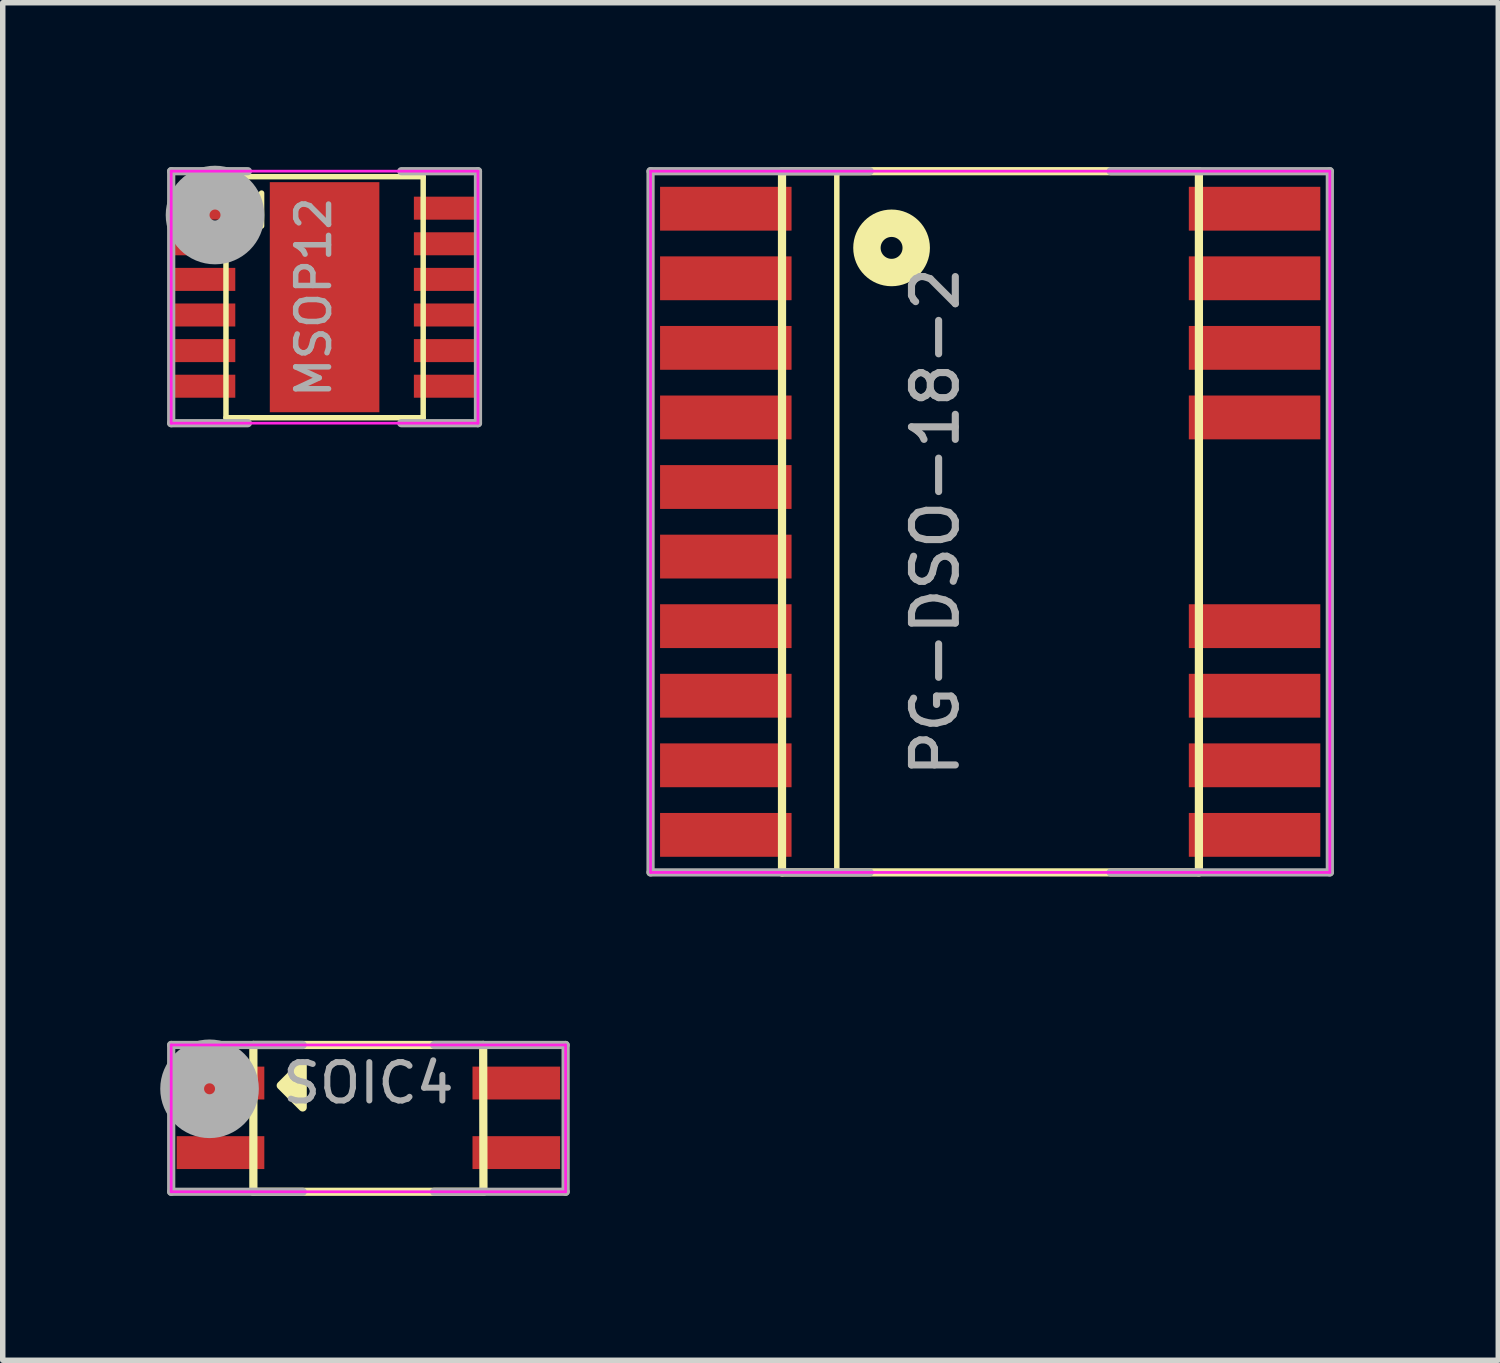
<source format=kicad_pcb>
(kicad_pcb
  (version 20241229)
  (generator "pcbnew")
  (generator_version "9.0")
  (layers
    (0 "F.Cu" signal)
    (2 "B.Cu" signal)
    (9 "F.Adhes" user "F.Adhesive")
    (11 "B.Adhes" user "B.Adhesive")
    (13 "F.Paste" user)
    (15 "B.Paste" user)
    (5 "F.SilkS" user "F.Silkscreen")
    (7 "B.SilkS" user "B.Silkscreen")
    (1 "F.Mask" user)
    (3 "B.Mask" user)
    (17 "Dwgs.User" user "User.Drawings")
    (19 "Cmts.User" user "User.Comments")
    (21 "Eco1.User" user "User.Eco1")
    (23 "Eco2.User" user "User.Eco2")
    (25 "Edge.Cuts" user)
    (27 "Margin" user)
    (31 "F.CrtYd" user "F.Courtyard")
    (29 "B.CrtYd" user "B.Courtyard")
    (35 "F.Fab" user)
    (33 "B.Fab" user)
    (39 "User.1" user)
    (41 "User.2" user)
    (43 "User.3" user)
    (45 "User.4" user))
  (footprint "MSOP12"
    (layer "F.Cu")
    (at 2.875 2.375)
    (property "Reference" "MSOP12" (at -0.2 0 90) (layer "F.Fab") (effects (font (size 0.6 0.6) (thickness 0.1))))
    (attr smd)
    (fp_line (start -1.8 -2.2) (end -1.8 2.2) (stroke (width 0.1) (type solid)) (layer "F.SilkS"))
    (fp_line (start -1.8 -2.2) (end 1.8 -2.2) (stroke (width 0.1) (type solid)) (layer "F.SilkS"))
    (fp_line (start -1.8 2.2) (end 1.8 2.2) (stroke (width 0.1) (type solid)) (layer "F.SilkS"))
    (fp_line (start 1.8 -2.2) (end 1.8 2.2) (stroke (width 0.1) (type solid)) (layer "F.SilkS"))
    (fp_poly (pts (xy -1.15 -1.3) (xy -1.451 -1.6) (xy -1.15 -1.9)) (stroke (width 0.1) (type solid)) (fill yes) (layer "F.SilkS"))
    (fp_line (start -2.8 -2.3) (end -2.8 2.3) (stroke (width 0.05) (type solid)) (layer "F.CrtYd"))
    (fp_line (start -2.8 -2.3) (end 2.8 -2.3) (stroke (width 0.05) (type solid)) (layer "F.CrtYd"))
    (fp_line (start -2.8 2.3) (end 2.8 2.3) (stroke (width 0.05) (type solid)) (layer "F.CrtYd"))
    (fp_line (start 2.8 -2.3) (end 2.8 2.3) (stroke (width 0.05) (type solid)) (layer "F.CrtYd"))
    (fp_line (start -2.8 -2.3) (end -1.4 -2.3) (stroke (width 0.15) (type solid)) (layer "F.Fab"))
    (fp_line (start -2.8 2.3) (end -2.8 -2.3) (stroke (width 0.15) (type solid)) (layer "F.Fab"))
    (fp_line (start -1.4 2.3) (end -2.8 2.3) (stroke (width 0.15) (type solid)) (layer "F.Fab"))
    (fp_line (start 1.4 -2.3) (end 2.8 -2.3) (stroke (width 0.15) (type solid)) (layer "F.Fab"))
    (fp_line (start 2.8 -2.3) (end 2.8 2.3) (stroke (width 0.15) (type solid)) (layer "F.Fab"))
    (fp_line (start 2.8 2.3) (end 1.4 2.3) (stroke (width 0.15) (type solid)) (layer "F.Fab"))
    (fp_circle (center -2 -1.5) (end -2 -1.4) (stroke (width 0.8) (type solid)) (fill no) (layer "F.Fab"))
    (pad "0" smd rect (at 0 0) (size 2 4.2) (layers "F.Cu" "F.Mask" "F.Paste"))
    (pad "1" smd rect (at -2.18 -1.626) (size 1.1 0.42) (layers "F.Cu" "F.Mask" "F.Paste"))
    (pad "2" smd rect (at -2.18 -0.975) (size 1.1 0.42) (layers "F.Cu" "F.Mask" "F.Paste"))
    (pad "3" smd rect (at -2.18 -0.325) (size 1.1 0.42) (layers "F.Cu" "F.Mask" "F.Paste"))
    (pad "4" smd rect (at -2.18 0.325) (size 1.1 0.42) (layers "F.Cu" "F.Mask" "F.Paste"))
    (pad "5" smd rect (at -2.18 0.975) (size 1.1 0.42) (layers "F.Cu" "F.Mask" "F.Paste"))
    (pad "6" smd rect (at -2.18 1.625) (size 1.1 0.42) (layers "F.Cu" "F.Mask" "F.Paste"))
    (pad "7" smd rect (at 2.18 1.625) (size 1.1 0.42) (layers "F.Cu" "F.Mask" "F.Paste"))
    (pad "8" smd rect (at 2.18 0.975) (size 1.1 0.42) (layers "F.Cu" "F.Mask" "F.Paste"))
    (pad "9" smd rect (at 2.18 0.325) (size 1.1 0.42) (layers "F.Cu" "F.Mask" "F.Paste"))
    (pad "10" smd rect (at 2.18 -0.325) (size 1.1 0.42) (layers "F.Cu" "F.Mask" "F.Paste"))
    (pad "11" smd rect (at 2.18 -0.975) (size 1.1 0.42) (layers "F.Cu" "F.Mask" "F.Paste"))
    (pad "12" smd rect (at 2.18 -1.625) (size 1.1 0.42) (layers "F.Cu" "F.Mask" "F.Paste")))
  (footprint "PG-DSO-18-2"
    (layer "F.Cu")
    (at 15.025 6.475)
    (property "Reference" "PG-DSO-18-2" (at -1 0 270) (layer "F.Fab") (effects (font (size 0.8 0.8) (thickness 0.13))))
    (attr smd)
    (fp_line (start -3.8 -6.4) (end 3.81 -6.4) (stroke (width 0.15) (type solid)) (layer "F.SilkS"))
    (fp_line (start -3.8 6.4) (end -3.8 -6.4) (stroke (width 0.15) (type solid)) (layer "F.SilkS"))
    (fp_line (start -3.8 6.4) (end 3.81 6.4) (stroke (width 0.15) (type solid)) (layer "F.SilkS"))
    (fp_line (start -2.8 6.4) (end -2.8 -6.4) (stroke (width 0.1) (type solid)) (layer "F.SilkS"))
    (fp_line (start 3.81 6.4) (end 3.81 -6.4) (stroke (width 0.15) (type solid)) (layer "F.SilkS"))
    (fp_circle (center -1.8 -5) (end -1.6 -5) (stroke (width 0.5) (type default)) (fill no) (layer "F.SilkS"))
    (fp_line (start -6.2 -6.4) (end 6.2 -6.4) (stroke (width 0.05) (type solid)) (layer "F.CrtYd"))
    (fp_line (start -6.2 6.4) (end -6.2 -6.4) (stroke (width 0.05) (type solid)) (layer "F.CrtYd"))
    (fp_line (start -6.2 6.4) (end 6.2 6.4) (stroke (width 0.05) (type solid)) (layer "F.CrtYd"))
    (fp_line (start 6.2 6.4) (end 6.2 -6.4) (stroke (width 0.05) (type solid)) (layer "F.CrtYd"))
    (fp_line (start -6.2 -6.4) (end -2.2 -6.4) (stroke (width 0.15) (type solid)) (layer "F.Fab"))
    (fp_line (start -6.2 6.4) (end -6.2 -6.4) (stroke (width 0.15) (type solid)) (layer "F.Fab"))
    (fp_line (start -6.2 6.4) (end -2.2 6.4) (stroke (width 0.15) (type solid)) (layer "F.Fab"))
    (fp_line (start 2.2 -6.4) (end 6.2 -6.4) (stroke (width 0.15) (type solid)) (layer "F.Fab"))
    (fp_line (start 2.2 6.4) (end 6.2 6.4) (stroke (width 0.15) (type solid)) (layer "F.Fab"))
    (fp_line (start 6.2 6.4) (end 6.2 -6.4) (stroke (width 0.15) (type solid)) (layer "F.Fab"))
    (pad "1" smd rect (at -4.826 -5.715) (size 2.4 0.8) (layers "F.Cu" "F.Mask" "F.Paste"))
    (pad "2" smd rect (at -4.826 -4.445) (size 2.4 0.8) (layers "F.Cu" "F.Mask" "F.Paste"))
    (pad "3" smd rect (at -4.826 -3.175) (size 2.4 0.8) (layers "F.Cu" "F.Mask" "F.Paste"))
    (pad "4" smd rect (at -4.826 -1.905) (size 2.4 0.8) (layers "F.Cu" "F.Mask" "F.Paste"))
    (pad "5" smd rect (at -4.826 -0.635) (size 2.4 0.8) (layers "F.Cu" "F.Mask" "F.Paste"))
    (pad "6" smd rect (at -4.826 0.635) (size 2.4 0.8) (layers "F.Cu" "F.Mask" "F.Paste"))
    (pad "7" smd rect (at -4.826 1.905) (size 2.4 0.8) (layers "F.Cu" "F.Mask" "F.Paste"))
    (pad "8" smd rect (at -4.826 3.175) (size 2.4 0.8) (layers "F.Cu" "F.Mask" "F.Paste"))
    (pad "9" smd rect (at -4.826 4.445) (size 2.4 0.8) (layers "F.Cu" "F.Mask" "F.Paste"))
    (pad "10" smd rect (at -4.826 5.715) (size 2.4 0.8) (layers "F.Cu" "F.Mask" "F.Paste"))
    (pad "11" smd rect (at 4.826 5.715) (size 2.4 0.8) (layers "F.Cu" "F.Mask" "F.Paste"))
    (pad "12" smd rect (at 4.826 4.445) (size 2.4 0.8) (layers "F.Cu" "F.Mask" "F.Paste"))
    (pad "13" smd rect (at 4.826 3.175) (size 2.4 0.8) (layers "F.Cu" "F.Mask" "F.Paste"))
    (pad "14" smd rect (at 4.826 1.905) (size 2.4 0.8) (layers "F.Cu" "F.Mask" "F.Paste"))
    (pad "15" smd rect (at 4.826 -1.905) (size 2.4 0.8) (layers "F.Cu" "F.Mask" "F.Paste"))
    (pad "16" smd rect (at 4.826 -3.175) (size 2.4 0.8) (layers "F.Cu" "F.Mask" "F.Paste"))
    (pad "17" smd rect (at 4.826 -4.445) (size 2.4 0.8) (layers "F.Cu" "F.Mask" "F.Paste"))
    (pad "18" smd rect (at 4.826 -5.715) (size 2.4 0.8) (layers "F.Cu" "F.Mask" "F.Paste")))
  (footprint "SOIC4"
    (layer "F.Cu")
    (at 3.675 17.355)
    (property "Reference" "SOIC4" (at 0 -0.635 180) (layer "F.Fab") (effects (font (size 0.7 0.7) (thickness 0.11))))
    (attr smd)
    (fp_line (start -2.1 -1.33) (end 2.1 -1.33) (stroke (width 0.15) (type solid)) (layer "F.SilkS"))
    (fp_line (start -2.1 1.35) (end -2.1 -1.33) (stroke (width 0.15) (type solid)) (layer "F.SilkS"))
    (fp_line (start -2.1 1.35) (end 2.1 1.35) (stroke (width 0.15) (type solid)) (layer "F.SilkS"))
    (fp_line (start 2.1 1.35) (end 2.095 -1.33) (stroke (width 0.15) (type solid)) (layer "F.SilkS"))
    (fp_poly (pts (xy -1.2 -0.19) (xy -1.6 -0.59) (xy -1.2 -0.99)) (stroke (width 0.15) (type solid)) (fill yes) (layer "F.SilkS"))
    (fp_line (start -3.6 -1.33) (end -3.6 1.35) (stroke (width 0.05) (type solid)) (layer "F.CrtYd"))
    (fp_line (start 3.6 -1.33) (end -3.6 -1.33) (stroke (width 0.05) (type solid)) (layer "F.CrtYd"))
    (fp_line (start 3.6 -1.33) (end 3.6 1.35) (stroke (width 0.05) (type solid)) (layer "F.CrtYd"))
    (fp_line (start 3.6 1.35) (end -3.6 1.35) (stroke (width 0.05) (type solid)) (layer "F.CrtYd"))
    (fp_line (start -3.6 -1.33) (end -3.6 1.35) (stroke (width 0.15) (type solid)) (layer "F.Fab"))
    (fp_line (start -1.2 -1.33) (end -3.6 -1.33) (stroke (width 0.15) (type solid)) (layer "F.Fab"))
    (fp_line (start -1.2 1.35) (end -3.6 1.35) (stroke (width 0.15) (type solid)) (layer "F.Fab"))
    (fp_line (start 3.6 -1.33) (end 1.2 -1.33) (stroke (width 0.15) (type solid)) (layer "F.Fab"))
    (fp_line (start 3.6 -1.33) (end 3.6 1.35) (stroke (width 0.15) (type solid)) (layer "F.Fab"))
    (fp_line (start 3.6 1.35) (end 1.2 1.35) (stroke (width 0.15) (type solid)) (layer "F.Fab"))
    (fp_circle (center -2.9 -0.53) (end -2.9 -0.43) (stroke (width 0.8) (type solid)) (fill no) (layer "F.Fab"))
    (pad "1" smd rect (at -2.7 -0.635) (size 1.6 0.6) (layers "F.Cu" "F.Mask" "F.Paste"))
    (pad "2" smd rect (at -2.7 0.635) (size 1.6 0.6) (layers "F.Cu" "F.Mask" "F.Paste"))
    (pad "3" smd rect (at 2.7 0.635) (size 1.6 0.6) (layers "F.Cu" "F.Mask" "F.Paste"))
    (pad "4" smd rect (at 2.7 -0.635) (size 1.6 0.6) (layers "F.Cu" "F.Mask" "F.Paste")))
  (gr_rect
    (start -3 -3)
    (end 24.3 21.78)
    (stroke (width 0.1) (type default))
    (fill no)
    (layer "Edge.Cuts")))
</source>
